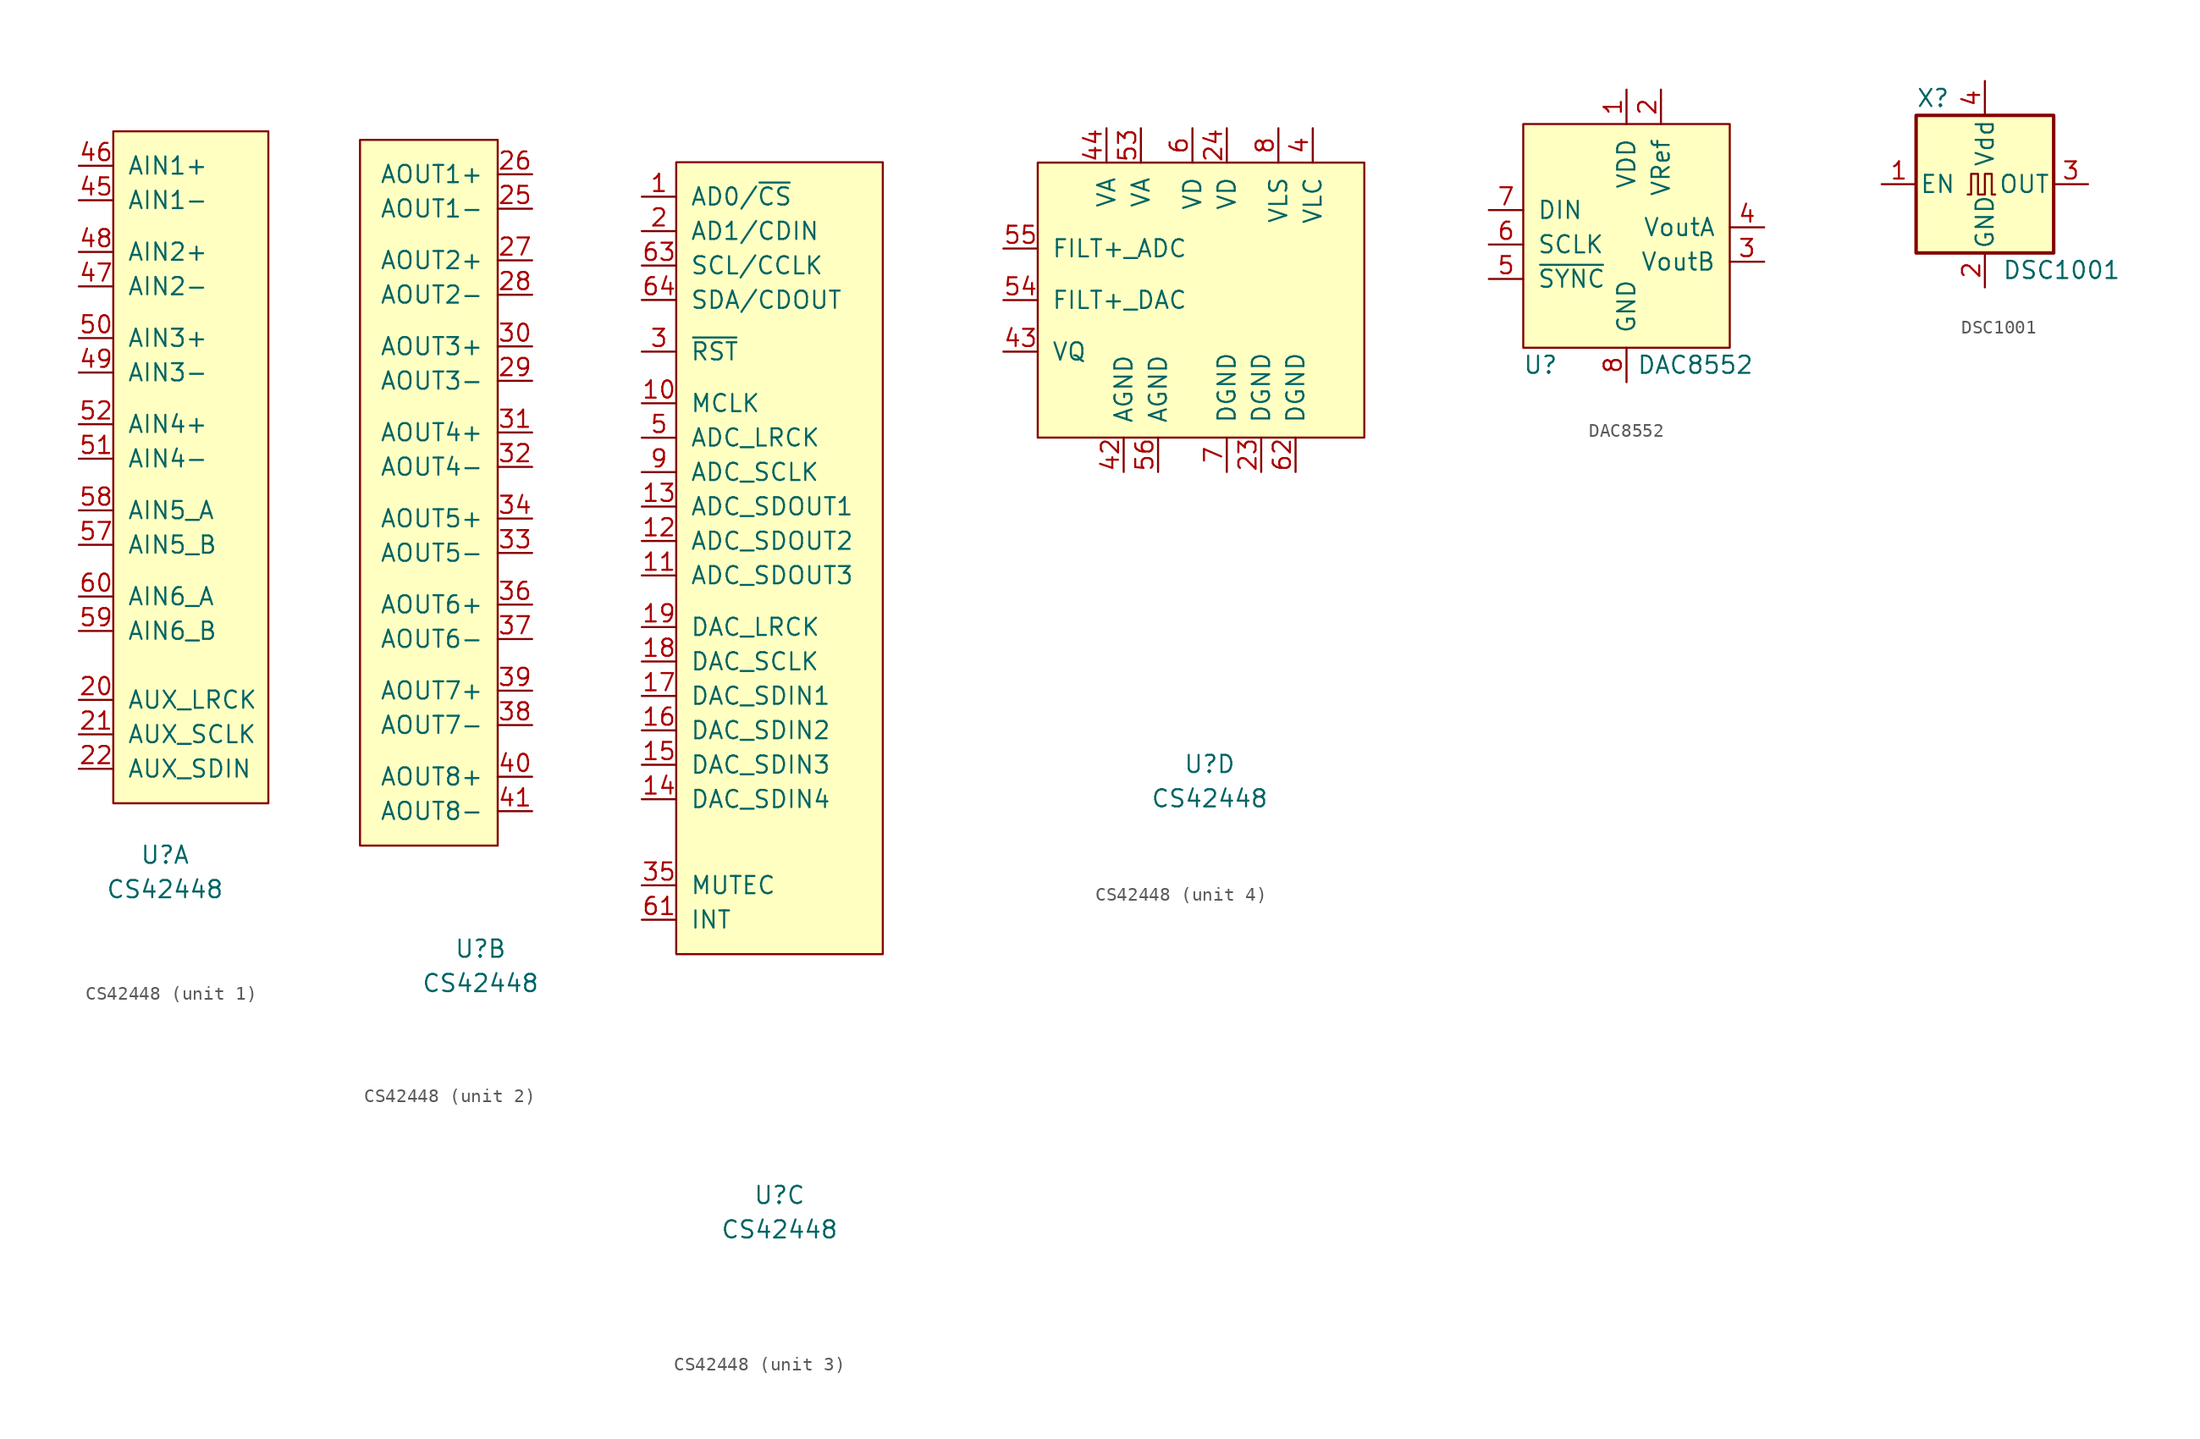
<source format=kicad_sym>
(kicad_symbol_lib
  (version 20231120)
  (generator "kicad_symbol_editor")
  (generator_version "8.0")
  (symbol "CS42448"
    (pin_names
      (offset 1.016))
    (property "Reference" "U"
      (at 0 -34.29 0)
      (effects (font (size 1.27 1.27))))
    (property "Value" "CS42448"
      (at 0 -36.83 0)
      (effects (font (size 1.27 1.27))))
    (property "ki_locked" ""
      (at 0 0 0)
      (effects (font (size 1.27 1.27))))
    (symbol "CS42448_1_1"
      (rectangle (start -3.81 -30.48) (end 7.62 19.05) (stroke (width 0) (type default)) (fill (type background)))
      (pin output line (at -6.35 -22.86 0) (length 2.54) (name "AUX_LRCK" (effects (font (size 1.27 1.27)))) (number "20" (effects (font (size 1.27 1.27)))))
      (pin output line (at -6.35 -25.4 0) (length 2.54) (name "AUX_SCLK" (effects (font (size 1.27 1.27)))) (number "21" (effects (font (size 1.27 1.27)))))
      (pin input line (at -6.35 -27.94 0) (length 2.54) (name "AUX_SDIN" (effects (font (size 1.27 1.27)))) (number "22" (effects (font (size 1.27 1.27)))))
      (pin input line (at -6.35 13.97 0) (length 2.54) (name "AIN1-" (effects (font (size 1.27 1.27)))) (number "45" (effects (font (size 1.27 1.27)))))
      (pin input line (at -6.35 16.51 0) (length 2.54) (name "AIN1+" (effects (font (size 1.27 1.27)))) (number "46" (effects (font (size 1.27 1.27)))))
      (pin input line (at -6.35 7.62 0) (length 2.54) (name "AIN2-" (effects (font (size 1.27 1.27)))) (number "47" (effects (font (size 1.27 1.27)))))
      (pin input line (at -6.35 10.16 0) (length 2.54) (name "AIN2+" (effects (font (size 1.27 1.27)))) (number "48" (effects (font (size 1.27 1.27)))))
      (pin input line (at -6.35 1.27 0) (length 2.54) (name "AIN3-" (effects (font (size 1.27 1.27)))) (number "49" (effects (font (size 1.27 1.27)))))
      (pin input line (at -6.35 3.81 0) (length 2.54) (name "AIN3+" (effects (font (size 1.27 1.27)))) (number "50" (effects (font (size 1.27 1.27)))))
      (pin input line (at -6.35 -5.08 0) (length 2.54) (name "AIN4-" (effects (font (size 1.27 1.27)))) (number "51" (effects (font (size 1.27 1.27)))))
      (pin input line (at -6.35 -2.54 0) (length 2.54) (name "AIN4+" (effects (font (size 1.27 1.27)))) (number "52" (effects (font (size 1.27 1.27)))))
      (pin input line (at -6.35 -11.43 0) (length 2.54) (name "AIN5_B" (effects (font (size 1.27 1.27)))) (number "57" (effects (font (size 1.27 1.27)))))
      (pin input line (at -6.35 -8.89 0) (length 2.54) (name "AIN5_A" (effects (font (size 1.27 1.27)))) (number "58" (effects (font (size 1.27 1.27)))))
      (pin input line (at -6.35 -17.78 0) (length 2.54) (name "AIN6_B" (effects (font (size 1.27 1.27)))) (number "59" (effects (font (size 1.27 1.27)))))
      (pin input line (at -6.35 -15.24 0) (length 2.54) (name "AIN6_A" (effects (font (size 1.27 1.27)))) (number "60" (effects (font (size 1.27 1.27))))))
    (symbol "CS42448_2_1"
      (rectangle (start 1.27 25.4) (end -8.89 -26.67) (stroke (width 0) (type default)) (fill (type background)))
      (pin output line (at 3.81 20.32 180) (length 2.54) (name "AOUT1-" (effects (font (size 1.27 1.27)))) (number "25" (effects (font (size 1.27 1.27)))))
      (pin output line (at 3.81 22.86 180) (length 2.54) (name "AOUT1+" (effects (font (size 1.27 1.27)))) (number "26" (effects (font (size 1.27 1.27)))))
      (pin output line (at 3.81 16.51 180) (length 2.54) (name "AOUT2+" (effects (font (size 1.27 1.27)))) (number "27" (effects (font (size 1.27 1.27)))))
      (pin output line (at 3.81 13.97 180) (length 2.54) (name "AOUT2-" (effects (font (size 1.27 1.27)))) (number "28" (effects (font (size 1.27 1.27)))))
      (pin output line (at 3.81 7.62 180) (length 2.54) (name "AOUT3-" (effects (font (size 1.27 1.27)))) (number "29" (effects (font (size 1.27 1.27)))))
      (pin output line (at 3.81 10.16 180) (length 2.54) (name "AOUT3+" (effects (font (size 1.27 1.27)))) (number "30" (effects (font (size 1.27 1.27)))))
      (pin output line (at 3.81 3.81 180) (length 2.54) (name "AOUT4+" (effects (font (size 1.27 1.27)))) (number "31" (effects (font (size 1.27 1.27)))))
      (pin output line (at 3.81 1.27 180) (length 2.54) (name "AOUT4-" (effects (font (size 1.27 1.27)))) (number "32" (effects (font (size 1.27 1.27)))))
      (pin output line (at 3.81 -5.08 180) (length 2.54) (name "AOUT5-" (effects (font (size 1.27 1.27)))) (number "33" (effects (font (size 1.27 1.27)))))
      (pin output line (at 3.81 -2.54 180) (length 2.54) (name "AOUT5+" (effects (font (size 1.27 1.27)))) (number "34" (effects (font (size 1.27 1.27)))))
      (pin output line (at 3.81 -8.89 180) (length 2.54) (name "AOUT6+" (effects (font (size 1.27 1.27)))) (number "36" (effects (font (size 1.27 1.27)))))
      (pin output line (at 3.81 -11.43 180) (length 2.54) (name "AOUT6-" (effects (font (size 1.27 1.27)))) (number "37" (effects (font (size 1.27 1.27)))))
      (pin output line (at 3.81 -17.78 180) (length 2.54) (name "AOUT7-" (effects (font (size 1.27 1.27)))) (number "38" (effects (font (size 1.27 1.27)))))
      (pin output line (at 3.81 -15.24 180) (length 2.54) (name "AOUT7+" (effects (font (size 1.27 1.27)))) (number "39" (effects (font (size 1.27 1.27)))))
      (pin output line (at 3.81 -21.59 180) (length 2.54) (name "AOUT8+" (effects (font (size 1.27 1.27)))) (number "40" (effects (font (size 1.27 1.27)))))
      (pin output line (at 3.81 -24.13 180) (length 2.54) (name "AOUT8-" (effects (font (size 1.27 1.27)))) (number "41" (effects (font (size 1.27 1.27))))))
    (symbol "CS42448_3_1"
      (rectangle (start -7.62 41.91) (end 7.62 -16.51) (stroke (width 0) (type default)) (fill (type background)))
      (pin input line (at -10.16 39.37 0) (length 2.54) (name "AD0/~{CS}" (effects (font (size 1.27 1.27)))) (number "1" (effects (font (size 1.27 1.27)))))
      (pin input line (at -10.16 24.13 0) (length 2.54) (name "MCLK" (effects (font (size 1.27 1.27)))) (number "10" (effects (font (size 1.27 1.27)))))
      (pin output line (at -10.16 11.43 0) (length 2.54) (name "ADC_SDOUT3" (effects (font (size 1.27 1.27)))) (number "11" (effects (font (size 1.27 1.27)))))
      (pin output line (at -10.16 13.97 0) (length 2.54) (name "ADC_SDOUT2" (effects (font (size 1.27 1.27)))) (number "12" (effects (font (size 1.27 1.27)))))
      (pin output line (at -10.16 16.51 0) (length 2.54) (name "ADC_SDOUT1" (effects (font (size 1.27 1.27)))) (number "13" (effects (font (size 1.27 1.27)))))
      (pin input line (at -10.16 -5.08 0) (length 2.54) (name "DAC_SDIN4" (effects (font (size 1.27 1.27)))) (number "14" (effects (font (size 1.27 1.27)))))
      (pin input line (at -10.16 -2.54 0) (length 2.54) (name "DAC_SDIN3" (effects (font (size 1.27 1.27)))) (number "15" (effects (font (size 1.27 1.27)))))
      (pin input line (at -10.16 0 0) (length 2.54) (name "DAC_SDIN2" (effects (font (size 1.27 1.27)))) (number "16" (effects (font (size 1.27 1.27)))))
      (pin input line (at -10.16 2.54 0) (length 2.54) (name "DAC_SDIN1" (effects (font (size 1.27 1.27)))) (number "17" (effects (font (size 1.27 1.27)))))
      (pin bidirectional line (at -10.16 5.08 0) (length 2.54) (name "DAC_SCLK" (effects (font (size 1.27 1.27)))) (number "18" (effects (font (size 1.27 1.27)))))
      (pin bidirectional line (at -10.16 7.62 0) (length 2.54) (name "DAC_LRCK" (effects (font (size 1.27 1.27)))) (number "19" (effects (font (size 1.27 1.27)))))
      (pin input line (at -10.16 36.83 0) (length 2.54) (name "AD1/CDIN" (effects (font (size 1.27 1.27)))) (number "2" (effects (font (size 1.27 1.27)))))
      (pin input line (at -10.16 27.94 0) (length 2.54) (name "~{RST}" (effects (font (size 1.27 1.27)))) (number "3" (effects (font (size 1.27 1.27)))))
      (pin output line (at -10.16 -11.43 0) (length 2.54) (name "MUTEC" (effects (font (size 1.27 1.27)))) (number "35" (effects (font (size 1.27 1.27)))))
      (pin bidirectional line (at -10.16 21.59 0) (length 2.54) (name "ADC_LRCK" (effects (font (size 1.27 1.27)))) (number "5" (effects (font (size 1.27 1.27)))))
      (pin output line (at -10.16 -13.97 0) (length 2.54) (name "INT" (effects (font (size 1.27 1.27)))) (number "61" (effects (font (size 1.27 1.27)))))
      (pin input line (at -10.16 34.29 0) (length 2.54) (name "SCL/CCLK" (effects (font (size 1.27 1.27)))) (number "63" (effects (font (size 1.27 1.27)))))
      (pin bidirectional line (at -10.16 31.75 0) (length 2.54) (name "SDA/CDOUT" (effects (font (size 1.27 1.27)))) (number "64" (effects (font (size 1.27 1.27)))))
      (pin bidirectional line (at -10.16 19.05 0) (length 2.54) (name "ADC_SCLK" (effects (font (size 1.27 1.27)))) (number "9" (effects (font (size 1.27 1.27))))))
    (symbol "CS42448_4_1"
      (rectangle (start -12.7 10.16) (end 11.43 -10.16) (stroke (width 0) (type default)) (fill (type background)))
      (pin power_in line (at 3.81 -12.7 90) (length 2.54) (name "DGND" (effects (font (size 1.27 1.27)))) (number "23" (effects (font (size 1.27 1.27)))))
      (pin power_in line (at 1.27 12.7 270) (length 2.54) (name "VD" (effects (font (size 1.27 1.27)))) (number "24" (effects (font (size 1.27 1.27)))))
      (pin power_in line (at 7.62 12.7 270) (length 2.54) (name "VLC" (effects (font (size 1.27 1.27)))) (number "4" (effects (font (size 1.27 1.27)))))
      (pin power_in line (at -6.35 -12.7 90) (length 2.54) (name "AGND" (effects (font (size 1.27 1.27)))) (number "42" (effects (font (size 1.27 1.27)))))
      (pin output line (at -15.24 -3.81 0) (length 2.54) (name "VQ" (effects (font (size 1.27 1.27)))) (number "43" (effects (font (size 1.27 1.27)))))
      (pin power_in line (at -7.62 12.7 270) (length 2.54) (name "VA" (effects (font (size 1.27 1.27)))) (number "44" (effects (font (size 1.27 1.27)))))
      (pin power_in line (at -5.08 12.7 270) (length 2.54) (name "VA" (effects (font (size 1.27 1.27)))) (number "53" (effects (font (size 1.27 1.27)))))
      (pin output line (at -15.24 0 0) (length 2.54) (name "FILT+_DAC" (effects (font (size 1.27 1.27)))) (number "54" (effects (font (size 1.27 1.27)))))
      (pin output line (at -15.24 3.81 0) (length 2.54) (name "FILT+_ADC" (effects (font (size 1.27 1.27)))) (number "55" (effects (font (size 1.27 1.27)))))
      (pin power_in line (at -3.81 -12.7 90) (length 2.54) (name "AGND" (effects (font (size 1.27 1.27)))) (number "56" (effects (font (size 1.27 1.27)))))
      (pin power_in line (at -1.27 12.7 270) (length 2.54) (name "VD" (effects (font (size 1.27 1.27)))) (number "6" (effects (font (size 1.27 1.27)))))
      (pin power_in line (at 6.35 -12.7 90) (length 2.54) (name "DGND" (effects (font (size 1.27 1.27)))) (number "62" (effects (font (size 1.27 1.27)))))
      (pin power_in line (at 1.27 -12.7 90) (length 2.54) (name "DGND" (effects (font (size 1.27 1.27)))) (number "7" (effects (font (size 1.27 1.27)))))
      (pin power_in line (at 5.08 12.7 270) (length 2.54) (name "VLS" (effects (font (size 1.27 1.27)))) (number "8" (effects (font (size 1.27 1.27)))))))
  (symbol "DAC8552"
    (pin_names
      (offset 1.016))
    (property "Reference" "U"
      (at -6.35 -8.89 0)
      (effects (font (size 1.27 1.27))))
    (property "Value" "DAC8552"
      (at 5.08 -8.89 0)
      (effects (font (size 1.27 1.27))))
    (symbol "DAC8552_0_1"
      (rectangle (start 7.62 8.89) (end -7.62 -7.62) (stroke (width 0) (type default)) (fill (type background))))
    (symbol "DAC8552_1_1"
      (pin power_in line (at 0 11.43 270) (length 2.54) (name "VDD" (effects (font (size 1.27 1.27)))) (number "1" (effects (font (size 1.27 1.27)))))
      (pin power_in line (at 2.54 11.43 270) (length 2.54) (name "VRef" (effects (font (size 1.27 1.27)))) (number "2" (effects (font (size 1.27 1.27)))))
      (pin output line (at 10.16 -1.27 180) (length 2.54) (name "VoutB" (effects (font (size 1.27 1.27)))) (number "3" (effects (font (size 1.27 1.27)))))
      (pin output line (at 10.16 1.27 180) (length 2.54) (name "VoutA" (effects (font (size 1.27 1.27)))) (number "4" (effects (font (size 1.27 1.27)))))
      (pin input line (at -10.16 -2.54 0) (length 2.54) (name "~{SYNC}" (effects (font (size 1.27 1.27)))) (number "5" (effects (font (size 1.27 1.27)))))
      (pin input line (at -10.16 0 0) (length 2.54) (name "SCLK" (effects (font (size 1.27 1.27)))) (number "6" (effects (font (size 1.27 1.27)))))
      (pin input line (at -10.16 2.54 0) (length 2.54) (name "DIN" (effects (font (size 1.27 1.27)))) (number "7" (effects (font (size 1.27 1.27)))))
      (pin power_in line (at 0 -10.16 90) (length 2.54) (name "GND" (effects (font (size 1.27 1.27)))) (number "8" (effects (font (size 1.27 1.27)))))))
  (symbol "DSC1001"
    (pin_names
      (offset 0.254))
    (property "Reference" "X"
      (at -5.08 6.35 0)
      (effects (font (size 1.27 1.27)) (justify left)))
    (property "Value" "DSC1001"
      (at 1.27 -6.35 0)
      (effects (font (size 1.27 1.27)) (justify left)))
    (symbol "DSC1001_0_1"
      (rectangle (start -5.08 5.08) (end 5.08 -5.08) (stroke (width 0.254) (type default)) (fill (type background)))
      (polyline (pts (xy -1.27 -0.762) (xy -1.016 -0.762) (xy -1.016 0.762) (xy -0.508 0.762) (xy -0.508 -0.762) (xy 0 -0.762) (xy 0 0.762) (xy 0.508 0.762) (xy 0.508 -0.762) (xy 0.762 -0.762)) (stroke (width 0) (type default)) (fill (type none))))
    (symbol "DSC1001_1_1"
      (pin input line (at -7.62 0 0) (length 2.54) (name "EN" (effects (font (size 1.27 1.27)))) (number "1" (effects (font (size 1.27 1.27)))))
      (pin power_in line (at 0 -7.62 90) (length 2.54) (name "GND" (effects (font (size 1.27 1.27)))) (number "2" (effects (font (size 1.27 1.27)))))
      (pin output line (at 7.62 0 180) (length 2.54) (name "OUT" (effects (font (size 1.27 1.27)))) (number "3" (effects (font (size 1.27 1.27)))))
      (pin power_in line (at 0 7.62 270) (length 2.54) (name "Vdd" (effects (font (size 1.27 1.27)))) (number "4" (effects (font (size 1.27 1.27))))))))
</source>
